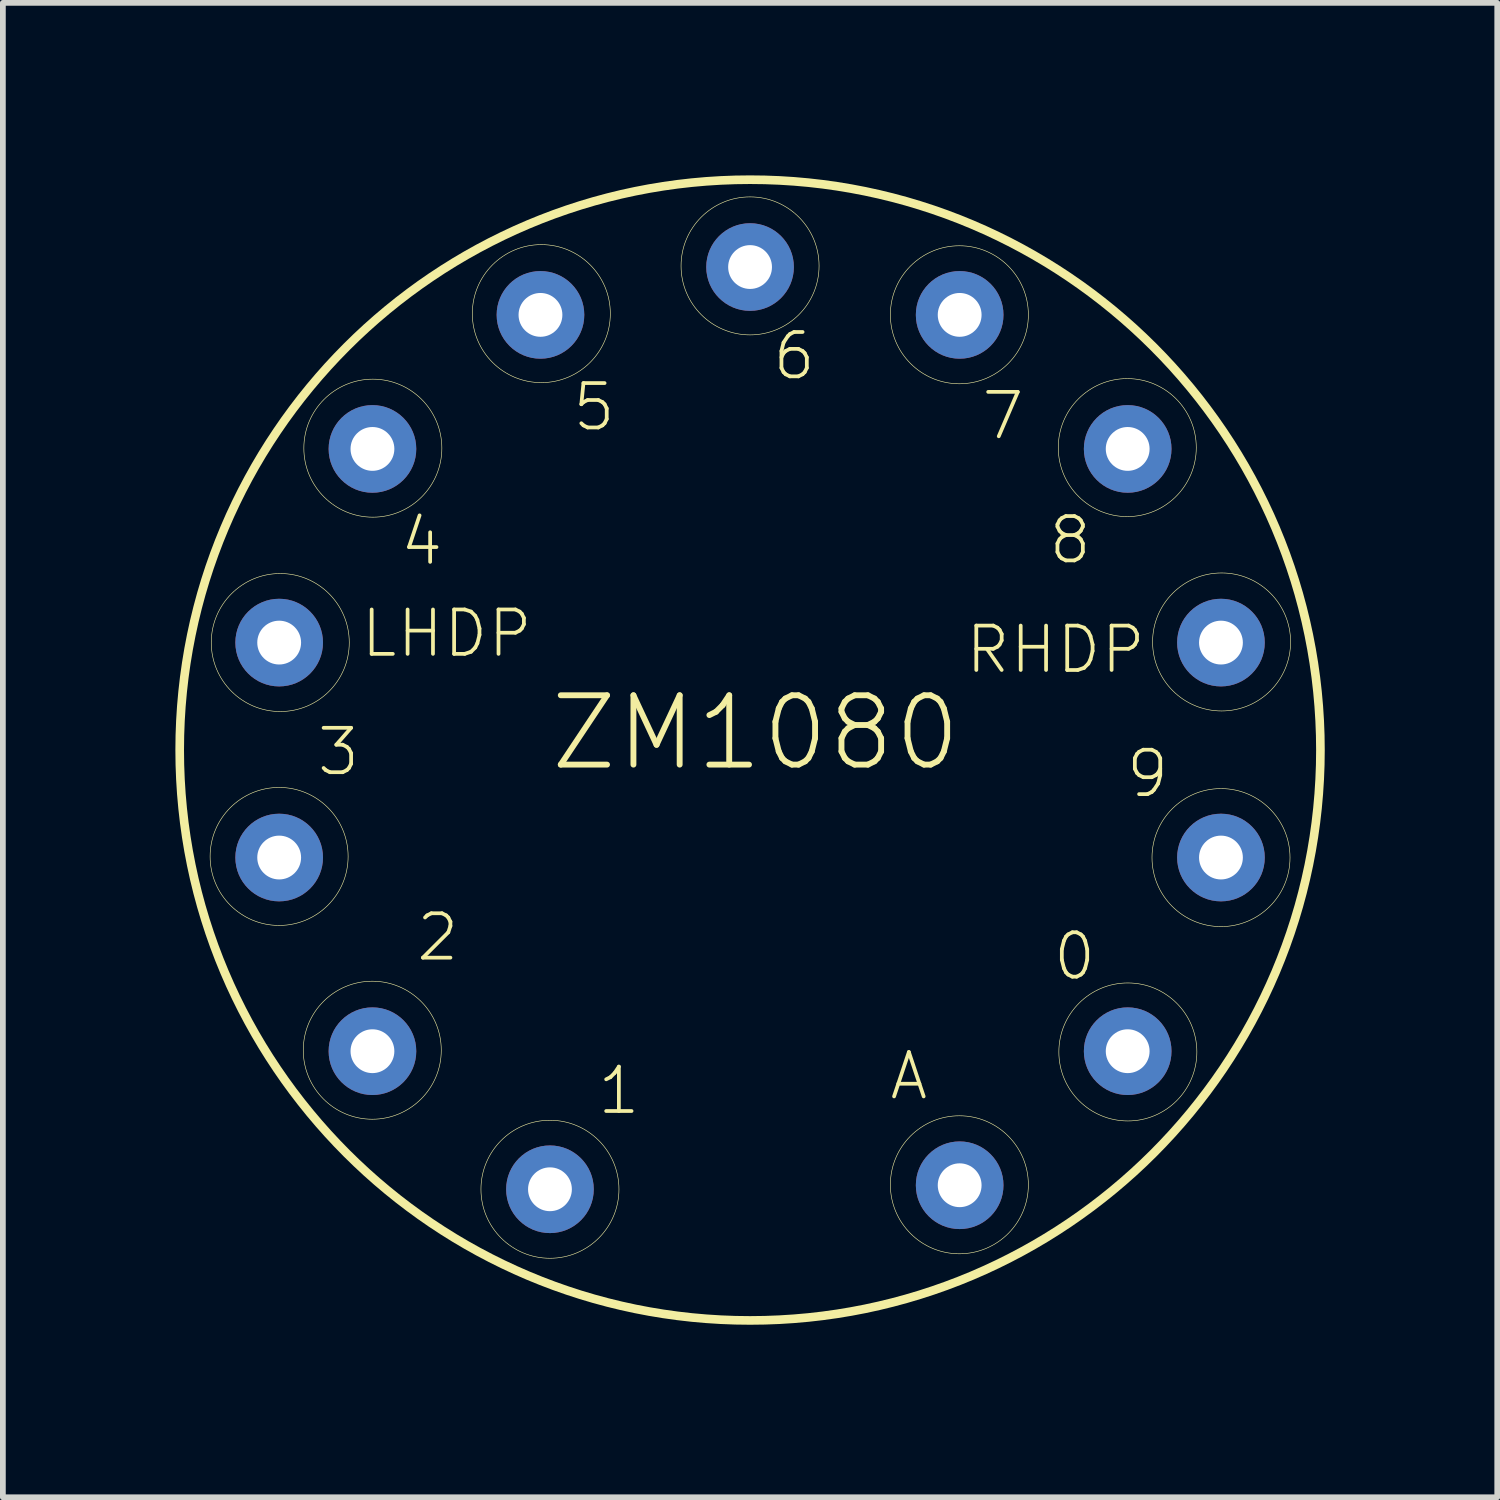
<source format=kicad_pcb>
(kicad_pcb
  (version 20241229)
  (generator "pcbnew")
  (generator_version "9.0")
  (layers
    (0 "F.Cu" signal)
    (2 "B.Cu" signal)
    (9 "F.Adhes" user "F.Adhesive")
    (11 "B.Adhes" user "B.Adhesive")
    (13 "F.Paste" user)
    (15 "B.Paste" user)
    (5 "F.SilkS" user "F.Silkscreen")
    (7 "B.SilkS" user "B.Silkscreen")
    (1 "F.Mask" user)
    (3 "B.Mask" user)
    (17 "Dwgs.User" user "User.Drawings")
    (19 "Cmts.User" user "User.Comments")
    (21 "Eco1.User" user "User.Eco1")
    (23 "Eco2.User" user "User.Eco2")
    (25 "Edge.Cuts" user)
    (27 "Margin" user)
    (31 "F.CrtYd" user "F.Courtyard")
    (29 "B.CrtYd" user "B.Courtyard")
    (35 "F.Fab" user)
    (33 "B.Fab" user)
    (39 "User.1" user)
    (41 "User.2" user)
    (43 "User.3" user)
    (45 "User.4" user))
  (footprint "ZM1080"
    (layer "F.Cu")
    (at 9.994 9.994)
    (property "Reference" "ZM1080" (at -3.531 0.406 180) (layer "F.SilkS") (effects (font (size 1.206 1.206) (thickness 0.102)) (justify left bottom)))
    (attr through_hole)
    (fp_circle (center -8.19 1.85) (end -9.39 1.85) (stroke (width 0.01) (type solid)) (fill no) (layer "F.SilkS"))
    (fp_circle (center -8.17 -1.87) (end -9.37 -1.87) (stroke (width 0.01) (type solid)) (fill no) (layer "F.SilkS"))
    (fp_circle (center -6.57 5.22) (end -7.77 5.22) (stroke (width 0.01) (type solid)) (fill no) (layer "F.SilkS"))
    (fp_circle (center -6.56 -5.25) (end -7.76 -5.25) (stroke (width 0.01) (type solid)) (fill no) (layer "F.SilkS"))
    (fp_circle (center -3.63 -7.59) (end -4.83 -7.59) (stroke (width 0.01) (type solid)) (fill no) (layer "F.SilkS"))
    (fp_circle (center -3.48 7.638) (end -4.68 7.638) (stroke (width 0.01) (type solid)) (fill no) (layer "F.SilkS"))
    (fp_circle (center 0 -8.42) (end -1.2 -8.42) (stroke (width 0.01) (type solid)) (fill no) (layer "F.SilkS"))
    (fp_circle (center 0 0) (end 6.35 7.62) (stroke (width 0.15) (type solid)) (fill no) (layer "F.SilkS"))
    (fp_circle (center 3.64 -7.57) (end 2.44 -7.57) (stroke (width 0.01) (type solid)) (fill no) (layer "F.SilkS"))
    (fp_circle (center 3.64 7.56) (end 2.44 7.56) (stroke (width 0.01) (type solid)) (fill no) (layer "F.SilkS"))
    (fp_circle (center 6.56 -5.26) (end 5.36 -5.26) (stroke (width 0.01) (type solid)) (fill no) (layer "F.SilkS"))
    (fp_circle (center 6.57 5.25) (end 5.37 5.25) (stroke (width 0.01) (type solid)) (fill no) (layer "F.SilkS"))
    (fp_circle (center 8.19 1.87) (end 6.99 1.87) (stroke (width 0.01) (type solid)) (fill no) (layer "F.SilkS"))
    (fp_circle (center 8.2 -1.88) (end 7 -1.88) (stroke (width 0.01) (type solid)) (fill no) (layer "F.SilkS"))
    (fp_text user "RHDP" (at 3.708 -1.295 180) (layer "F.SilkS") (effects (font (size 0.772 0.772) (thickness 0.065)) (justify left bottom)))
    (fp_text user "2" (at -5.842 3.708 180) (layer "F.SilkS") (effects (font (size 0.772 0.772) (thickness 0.065)) (justify left bottom)))
    (fp_text user "4" (at -6.121 -3.175 180) (layer "F.SilkS") (effects (font (size 0.772 0.772) (thickness 0.065)) (justify left bottom)))
    (fp_text user "8" (at 5.156 -3.2 180) (layer "F.SilkS") (effects (font (size 0.772 0.772) (thickness 0.065)) (justify left bottom)))
    (fp_text user "0" (at 5.232 4.039 180) (layer "F.SilkS") (effects (font (size 0.772 0.772) (thickness 0.065)) (justify left bottom)))
    (fp_text user "5" (at -3.124 -5.512 180) (layer "F.SilkS") (effects (font (size 0.772 0.772) (thickness 0.065)) (justify left bottom)))
    (fp_text user "7" (at 3.988 -5.359 180) (layer "F.SilkS") (effects (font (size 0.772 0.772) (thickness 0.065)) (justify left bottom)))
    (fp_text user "9" (at 6.502 0.864 180) (layer "F.SilkS") (effects (font (size 0.772 0.772) (thickness 0.065)) (justify left bottom)))
    (fp_text user "LHDP" (at -6.807 -1.575 180) (layer "F.SilkS") (effects (font (size 0.772 0.772) (thickness 0.065)) (justify left bottom)))
    (fp_text user "3" (at -7.569 0.483 180) (layer "F.SilkS") (effects (font (size 0.772 0.772) (thickness 0.065)) (justify left bottom)))
    (fp_text user "6" (at 0.356 -6.401 180) (layer "F.SilkS") (effects (font (size 0.772 0.772) (thickness 0.065)) (justify left bottom)))
    (fp_text user "1" (at -2.692 6.375 180) (layer "F.SilkS") (effects (font (size 0.772 0.772) (thickness 0.065)) (justify left bottom)))
    (fp_text user "A" (at 2.388 6.121 180) (layer "F.SilkS") (effects (font (size 0.772 0.772) (thickness 0.065)) (justify left bottom)))
    (pad "1" thru_hole circle (at -3.48 7.638 180) (size 1.524 1.524) (drill 0.762) (layers "*.Cu" "*.Mask"))
    (pad "2" thru_hole circle (at -6.567 5.237 180) (size 1.524 1.524) (drill 0.762) (layers "*.Cu" "*.Mask"))
    (pad "3" thru_hole circle (at -8.189 1.869 180) (size 1.524 1.524) (drill 0.762) (layers "*.Cu" "*.Mask"))
    (pad "4" thru_hole circle (at -8.189 -1.869 180) (size 1.524 1.524) (drill 0.762) (layers "*.Cu" "*.Mask"))
    (pad "5" thru_hole circle (at -6.567 -5.237 270) (size 1.524 1.524) (drill 0.762) (layers "*.Cu" "*.Mask"))
    (pad "6" thru_hole circle (at -3.645 -7.568 180) (size 1.524 1.524) (drill 0.762) (layers "*.Cu" "*.Mask"))
    (pad "7" thru_hole circle (at 0 -8.4 180) (size 1.524 1.524) (drill 0.762) (layers "*.Cu" "*.Mask"))
    (pad "8" thru_hole circle (at 3.645 -7.568 180) (size 1.524 1.524) (drill 0.762) (layers "*.Cu" "*.Mask"))
    (pad "9" thru_hole circle (at 6.567 -5.237 180) (size 1.524 1.524) (drill 0.762) (layers "*.Cu" "*.Mask"))
    (pad "10" thru_hole circle (at 8.189 -1.869 180) (size 1.524 1.524) (drill 0.762) (layers "*.Cu" "*.Mask"))
    (pad "11" thru_hole circle (at 8.189 1.869 180) (size 1.524 1.524) (drill 0.762) (layers "*.Cu" "*.Mask"))
    (pad "12" thru_hole circle (at 6.567 5.237 180) (size 1.524 1.524) (drill 0.762) (layers "*.Cu" "*.Mask"))
    (pad "13" thru_hole circle (at 3.645 7.568 180) (size 1.524 1.524) (drill 0.762) (layers "*.Cu" "*.Mask")))
  (gr_rect
    (start -3 -3)
    (end 22.988 22.988)
    (stroke (width 0.1) (type default))
    (fill no)
    (layer "Edge.Cuts")))
</source>
